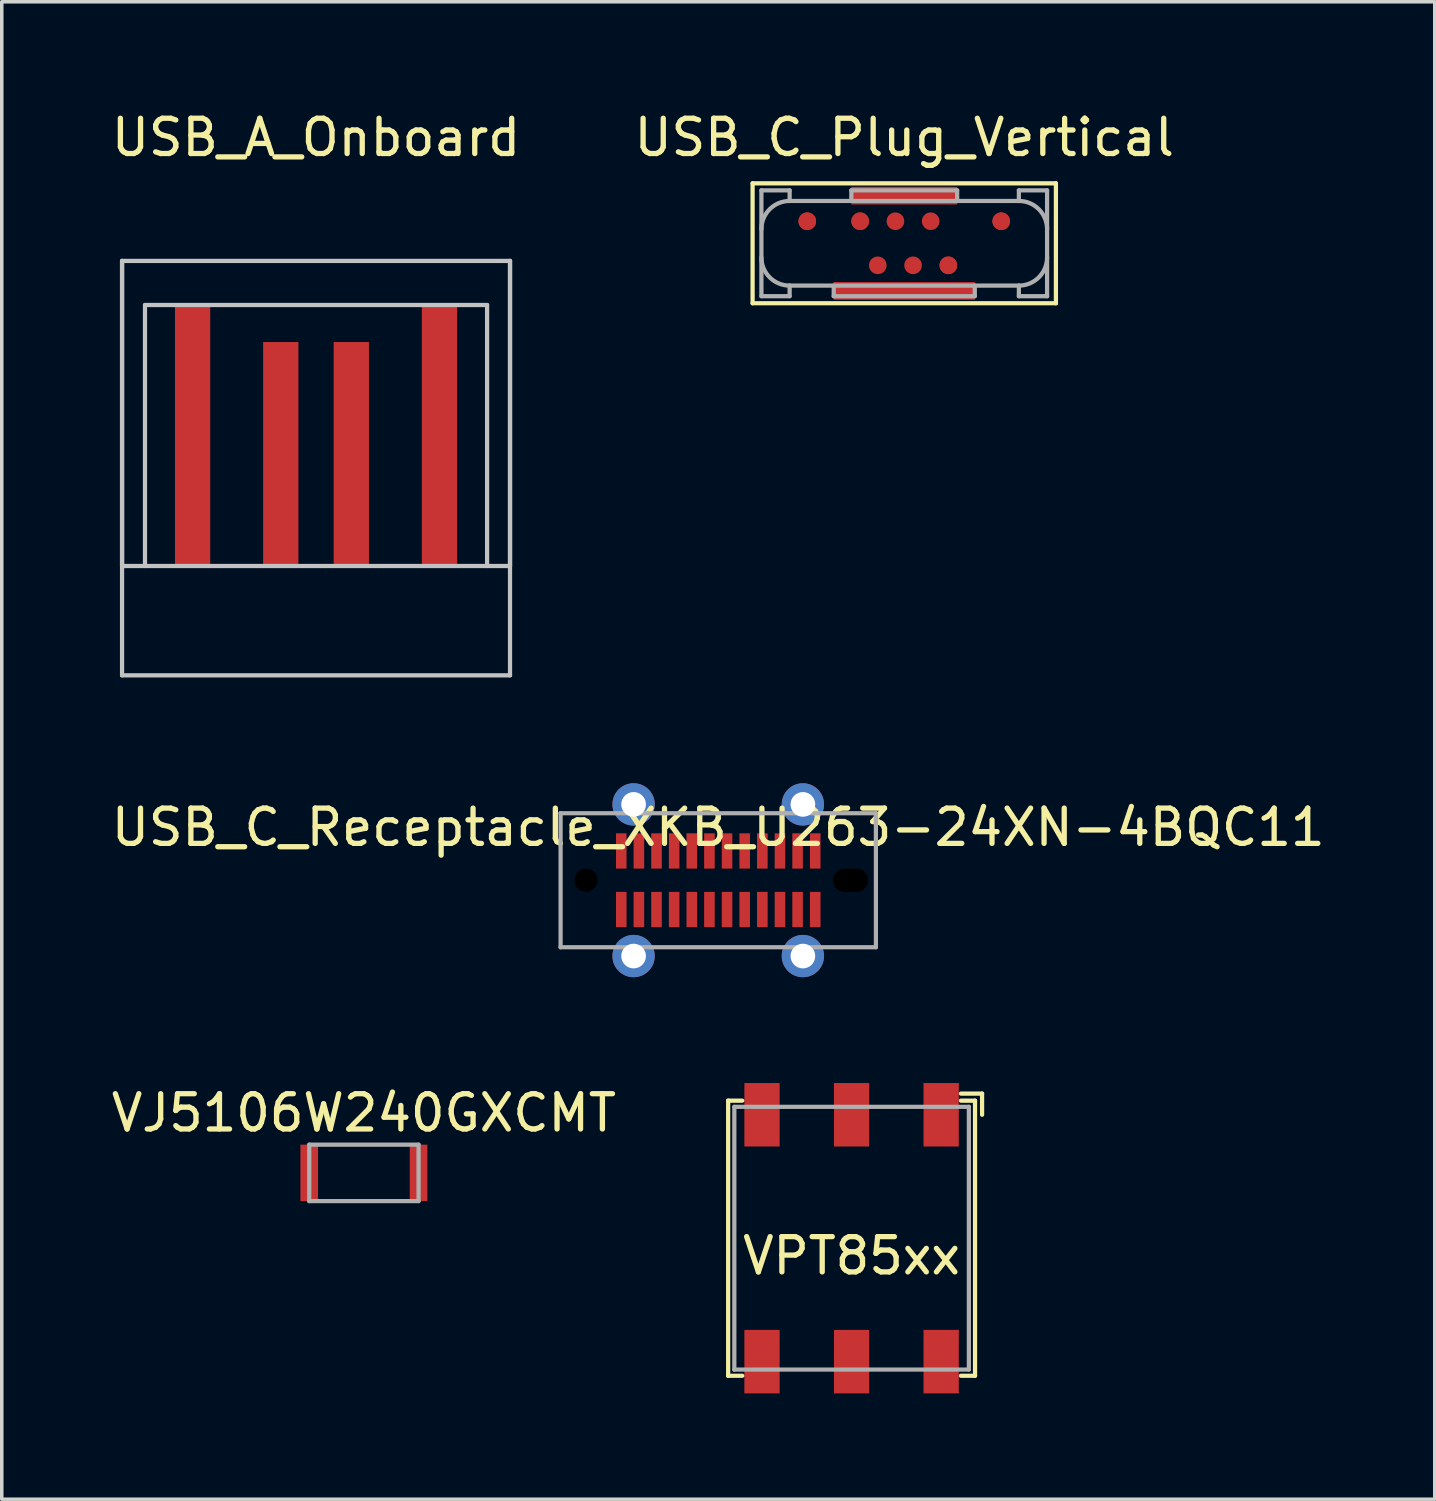
<source format=kicad_pcb>
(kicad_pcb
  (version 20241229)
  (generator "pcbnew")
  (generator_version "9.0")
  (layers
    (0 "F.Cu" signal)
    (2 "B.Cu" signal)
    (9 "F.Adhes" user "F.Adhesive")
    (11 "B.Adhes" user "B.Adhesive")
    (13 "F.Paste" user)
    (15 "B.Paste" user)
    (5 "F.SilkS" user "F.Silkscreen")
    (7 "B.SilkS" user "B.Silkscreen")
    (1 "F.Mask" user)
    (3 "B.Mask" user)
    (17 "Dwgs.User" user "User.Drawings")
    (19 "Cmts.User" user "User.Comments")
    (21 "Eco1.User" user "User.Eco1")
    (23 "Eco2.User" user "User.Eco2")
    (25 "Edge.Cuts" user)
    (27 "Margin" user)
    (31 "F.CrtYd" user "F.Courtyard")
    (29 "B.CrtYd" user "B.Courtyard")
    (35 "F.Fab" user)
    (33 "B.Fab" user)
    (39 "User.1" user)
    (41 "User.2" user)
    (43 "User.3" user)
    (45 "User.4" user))
  (footprint "USB_A_Onboard"
    (layer "F.Cu")
    (at 5.911 4.348)
    (property "Reference" "USB_A_Onboard" (at 0 -3.5 0) (layer "F.SilkS") (effects (font (size 1 1) (thickness 0.15))))
    (attr smd exclude_from_pos_files)
    (fp_line (start -5.5 0) (end -5.5 8.65) (stroke (width 0.12) (type solid)) (layer "Dwgs.User"))
    (fp_line (start -5.5 0) (end -5.5 11.75) (stroke (width 0.12) (type solid)) (layer "Dwgs.User"))
    (fp_line (start -5.5 0) (end 5.5 0) (stroke (width 0.12) (type solid)) (layer "Dwgs.User"))
    (fp_line (start -5.5 8.65) (end 5.5 8.65) (stroke (width 0.12) (type solid)) (layer "Dwgs.User"))
    (fp_line (start -5.5 11.75) (end 5.5 11.75) (stroke (width 0.12) (type solid)) (layer "Dwgs.User"))
    (fp_line (start -4.85 1.25) (end -4.85 8.65) (stroke (width 0.12) (type solid)) (layer "Dwgs.User"))
    (fp_line (start -4.85 1.25) (end 4.85 1.25) (stroke (width 0.12) (type solid)) (layer "Dwgs.User"))
    (fp_line (start 4.85 1.25) (end 4.85 8.65) (stroke (width 0.12) (type solid)) (layer "Dwgs.User"))
    (fp_line (start 5.5 8.65) (end 5.5 0) (stroke (width 0.12) (type solid)) (layer "Dwgs.User"))
    (fp_line (start 5.5 11.75) (end 5.5 0) (stroke (width 0.12) (type solid)) (layer "Dwgs.User"))
    (pad "1" smd rect (at -3.5 5) (size 1 7.4) (layers "F.Cu" "F.Mask"))
    (pad "2" smd rect (at -1 5.5) (size 1 6.4) (layers "F.Cu" "F.Mask"))
    (pad "3" smd rect (at 1 5.5) (size 1 6.4) (layers "F.Cu" "F.Mask"))
    (pad "4" smd rect (at 3.5 5) (size 1 7.4) (layers "F.Cu" "F.Mask")))
  (footprint "USB_C_Receptacle_XKB_U263-24XN-4BQC11"
    (layer "F.Cu")
    (at 17.315 21.908)
    (property "Reference" "USB_C_Receptacle_XKB_U263-24XN-4BQC11" (at 0 -1.5 0) (layer "F.SilkS") (effects (font (size 1 1) (thickness 0.15))))
    (attr through_hole)
    (fp_line (start -4.47 -1.9) (end 4.47 -1.9) (stroke (width 0.12) (type solid)) (layer "F.Fab"))
    (fp_line (start -4.47 1.9) (end -4.47 -1.9) (stroke (width 0.12) (type solid)) (layer "F.Fab"))
    (fp_line (start 4.47 -1.9) (end 4.47 1.9) (stroke (width 0.12) (type solid)) (layer "F.Fab"))
    (fp_line (start 4.47 1.9) (end -4.47 1.9) (stroke (width 0.12) (type solid)) (layer "F.Fab"))
    (pad "" np_thru_hole circle (at -3.75 0) (size 0.66 0.66) (drill 0.66) (layers "*.Mask"))
    (pad "" np_thru_hole oval (at 3.75 0) (size 1 0.66) (drill oval 1 0.66) (layers "*.Mask"))
    (pad "A1" smd rect (at -2.75 -0.83) (size 0.3 1) (layers "F.Cu" "F.Mask" "F.Paste"))
    (pad "A2" smd rect (at -2.25 -0.83) (size 0.3 1) (layers "F.Cu" "F.Mask" "F.Paste"))
    (pad "A3" smd rect (at -1.75 -0.83) (size 0.3 1) (layers "F.Cu" "F.Mask" "F.Paste"))
    (pad "A4" smd rect (at -1.25 -0.83) (size 0.3 1) (layers "F.Cu" "F.Mask" "F.Paste"))
    (pad "A5" smd rect (at -0.75 -0.83) (size 0.3 1) (layers "F.Cu" "F.Mask" "F.Paste"))
    (pad "A6" smd rect (at -0.25 -0.83) (size 0.3 1) (layers "F.Cu" "F.Mask" "F.Paste"))
    (pad "A7" smd rect (at 0.25 -0.83) (size 0.3 1) (layers "F.Cu" "F.Mask" "F.Paste"))
    (pad "A8" smd rect (at 0.75 -0.83) (size 0.3 1) (layers "F.Cu" "F.Mask" "F.Paste"))
    (pad "A9" smd rect (at 1.25 -0.83) (size 0.3 1) (layers "F.Cu" "F.Mask" "F.Paste"))
    (pad "A10" smd rect (at 1.75 -0.83) (size 0.3 1) (layers "F.Cu" "F.Mask" "F.Paste"))
    (pad "A11" smd rect (at 2.25 -0.83) (size 0.3 1) (layers "F.Cu" "F.Mask" "F.Paste"))
    (pad "A12" smd rect (at 2.75 -0.83) (size 0.3 1) (layers "F.Cu" "F.Mask" "F.Paste"))
    (pad "B1" smd rect (at 2.75 0.83) (size 0.3 1) (layers "F.Cu" "F.Mask" "F.Paste"))
    (pad "B2" smd rect (at 2.25 0.83) (size 0.3 1) (layers "F.Cu" "F.Mask" "F.Paste"))
    (pad "B3" smd rect (at 1.75 0.83) (size 0.3 1) (layers "F.Cu" "F.Mask" "F.Paste"))
    (pad "B4" smd rect (at 1.25 0.83) (size 0.3 1) (layers "F.Cu" "F.Mask" "F.Paste"))
    (pad "B5" smd rect (at 0.75 0.83) (size 0.3 1) (layers "F.Cu" "F.Mask" "F.Paste"))
    (pad "B6" smd rect (at 0.25 0.83) (size 0.3 1) (layers "F.Cu" "F.Mask" "F.Paste"))
    (pad "B7" smd rect (at -0.25 0.83) (size 0.3 1) (layers "F.Cu" "F.Mask" "F.Paste"))
    (pad "B8" smd rect (at -0.75 0.83) (size 0.3 1) (layers "F.Cu" "F.Mask" "F.Paste"))
    (pad "B9" smd rect (at -1.25 0.83) (size 0.3 1) (layers "F.Cu" "F.Mask" "F.Paste"))
    (pad "B10" smd rect (at -1.75 0.83) (size 0.3 1) (layers "F.Cu" "F.Mask" "F.Paste"))
    (pad "B11" smd rect (at -2.25 0.83) (size 0.3 1) (layers "F.Cu" "F.Mask" "F.Paste"))
    (pad "B12" smd rect (at -2.75 0.83) (size 0.3 1) (layers "F.Cu" "F.Mask" "F.Paste"))
    (pad "S1" thru_hole circle (at -2.4 -2.15) (size 1.2 1.2) (drill 0.7) (layers "*.Cu" "*.Mask"))
    (pad "S1" thru_hole circle (at -2.4 2.15) (size 1.2 1.2) (drill 0.7) (layers "*.Cu" "*.Mask"))
    (pad "S1" thru_hole circle (at 2.4 -2.15) (size 1.2 1.2) (drill 0.7) (layers "*.Cu" "*.Mask"))
    (pad "S1" thru_hole circle (at 2.4 2.15) (size 1.2 1.2) (drill 0.7) (layers "*.Cu" "*.Mask")))
  (footprint "VPT85xx"
    (layer "F.Cu")
    (at 21.096 32.058)
    (property "Reference" "VPT85xx" (at 0 0.5 0) (layer "F.SilkS") (effects (font (size 1 1) (thickness 0.15))))
    (attr smd)
    (fp_line (start -3.5 -3.9) (end -3.5 3.9) (stroke (width 0.12) (type solid)) (layer "F.SilkS"))
    (fp_line (start -3.5 3.9) (end -3.1 3.9) (stroke (width 0.12) (type solid)) (layer "F.SilkS"))
    (fp_line (start -3.1 -3.9) (end -3.5 -3.9) (stroke (width 0.12) (type solid)) (layer "F.SilkS"))
    (fp_line (start 3.1 -4.1) (end 3.7 -4.1) (stroke (width 0.12) (type solid)) (layer "F.SilkS"))
    (fp_line (start 3.1 3.9) (end 3.5 3.9) (stroke (width 0.12) (type solid)) (layer "F.SilkS"))
    (fp_line (start 3.5 -3.9) (end 3.1 -3.9) (stroke (width 0.12) (type solid)) (layer "F.SilkS"))
    (fp_line (start 3.5 3.9) (end 3.5 -3.9) (stroke (width 0.12) (type solid)) (layer "F.SilkS"))
    (fp_line (start 3.7 -4.1) (end 3.7 -3.5) (stroke (width 0.12) (type solid)) (layer "F.SilkS"))
    (fp_line (start -3.325 -3.725) (end 3.325 -3.725) (stroke (width 0.12) (type solid)) (layer "F.Fab"))
    (fp_line (start -3.325 3.725) (end -3.325 -3.725) (stroke (width 0.12) (type solid)) (layer "F.Fab"))
    (fp_line (start 3.325 -3.725) (end 3.325 3.725) (stroke (width 0.12) (type solid)) (layer "F.Fab"))
    (fp_line (start 3.325 3.725) (end -3.325 3.725) (stroke (width 0.12) (type solid)) (layer "F.Fab"))
    (pad "1" smd rect (at 2.54 -3.5) (size 1 1.8) (layers "F.Cu" "F.Mask" "F.Paste"))
    (pad "2" smd rect (at 0 -3.5) (size 1 1.8) (layers "F.Cu" "F.Mask" "F.Paste"))
    (pad "3" smd rect (at -2.54 -3.5) (size 1 1.8) (layers "F.Cu" "F.Mask" "F.Paste"))
    (pad "4" smd rect (at -2.54 3.5) (size 1 1.8) (layers "F.Cu" "F.Mask" "F.Paste"))
    (pad "5" smd rect (at 0 3.5) (size 1 1.8) (layers "F.Cu" "F.Mask" "F.Paste"))
    (pad "6" smd rect (at 2.54 3.5) (size 1 1.8) (layers "F.Cu" "F.Mask" "F.Paste")))
  (footprint "VJ5106W240GXCMT"
    (layer "F.Cu")
    (at 7.268 30.206)
    (property "Reference" "VJ5106W240GXCMT" (at 0 -1.7 0) (layer "F.SilkS") (effects (font (size 1 1) (thickness 0.15))))
    (attr smd)
    (fp_line (start -1.55 -0.8) (end 1.55 -0.8) (stroke (width 0.12) (type solid)) (layer "F.Fab"))
    (fp_line (start -1.55 0.8) (end -1.55 -0.8) (stroke (width 0.12) (type solid)) (layer "F.Fab"))
    (fp_line (start 1.55 -0.8) (end 1.55 0.8) (stroke (width 0.12) (type solid)) (layer "F.Fab"))
    (fp_line (start 1.55 0.8) (end -1.55 0.8) (stroke (width 0.12) (type solid)) (layer "F.Fab"))
    (pad "1" smd rect (at -1.55 0) (size 0.5 1.6) (layers "F.Cu" "F.Mask" "F.Paste"))
    (pad "2" smd rect (at 1.55 0) (size 0.5 1.6) (layers "F.Cu" "F.Mask" "F.Paste")))
  (footprint "USB_C_Plug_Vertical"
    (layer "F.Cu")
    (at 22.589 3.848)
    (property "Reference" "USB_C_Plug_Vertical" (at 0 -3 0) (layer "F.SilkS") (effects (font (size 1 1) (thickness 0.15))))
    (attr smd)
    (fp_line (start -4.3 -1.7) (end 4.3 -1.7) (stroke (width 0.12) (type solid)) (layer "F.SilkS"))
    (fp_line (start -4.3 1.7) (end -4.3 -1.7) (stroke (width 0.12) (type solid)) (layer "F.SilkS"))
    (fp_line (start 4.3 -1.7) (end 4.3 1.7) (stroke (width 0.12) (type solid)) (layer "F.SilkS"))
    (fp_line (start 4.3 1.7) (end -4.3 1.7) (stroke (width 0.12) (type solid)) (layer "F.SilkS"))
    (fp_line (start -4.05 -1.5) (end -3.25 -1.5) (stroke (width 0.12) (type solid)) (layer "F.Fab"))
    (fp_line (start -4.05 1.5) (end -4.05 -1.5) (stroke (width 0.12) (type solid)) (layer "F.Fab"))
    (fp_line (start -3.25 -1.5) (end -3.25 -1.2) (stroke (width 0.12) (type solid)) (layer "F.Fab"))
    (fp_line (start -3.25 -1.2) (end 3.25 -1.2) (stroke (width 0.12) (type solid)) (layer "F.Fab"))
    (fp_line (start -3.25 1.2) (end -3.25 1.5) (stroke (width 0.12) (type solid)) (layer "F.Fab"))
    (fp_line (start -3.25 1.2) (end 3.25 1.2) (stroke (width 0.12) (type solid)) (layer "F.Fab"))
    (fp_line (start -3.25 1.5) (end -4.05 1.5) (stroke (width 0.12) (type solid)) (layer "F.Fab"))
    (fp_line (start -2 1.2) (end -2 1.5) (stroke (width 0.12) (type solid)) (layer "F.Fab"))
    (fp_line (start -2 1.5) (end 2 1.5) (stroke (width 0.12) (type solid)) (layer "F.Fab"))
    (fp_line (start -1.5 -1.5) (end -1.5 -1.2) (stroke (width 0.12) (type solid)) (layer "F.Fab"))
    (fp_line (start -1.5 -1.5) (end 1.5 -1.5) (stroke (width 0.12) (type solid)) (layer "F.Fab"))
    (fp_line (start 1.5 -1.5) (end 1.5 -1.2) (stroke (width 0.12) (type solid)) (layer "F.Fab"))
    (fp_line (start 2 1.2) (end 2 1.5) (stroke (width 0.12) (type solid)) (layer "F.Fab"))
    (fp_line (start 3.25 -1.5) (end 3.25 -1.2) (stroke (width 0.12) (type solid)) (layer "F.Fab"))
    (fp_line (start 3.25 -1.5) (end 4.05 -1.5) (stroke (width 0.12) (type solid)) (layer "F.Fab"))
    (fp_line (start 3.25 1.2) (end 3.25 1.5) (stroke (width 0.12) (type solid)) (layer "F.Fab"))
    (fp_line (start 4.05 -1.5) (end 4.05 1.5) (stroke (width 0.12) (type solid)) (layer "F.Fab"))
    (fp_line (start 4.05 1.5) (end 3.25 1.5) (stroke (width 0.12) (type solid)) (layer "F.Fab"))
    (fp_arc (start -4.05 -0.4) (mid -3.815685 -0.965685) (end -3.25 -1.2) (stroke (width 0.12) (type solid)) (layer "F.Fab"))
    (fp_arc (start -3.25 1.2) (mid -3.815685 0.965685) (end -4.05 0.4) (stroke (width 0.12) (type solid)) (layer "F.Fab"))
    (fp_arc (start 3.25 -1.2) (mid 3.815685 -0.965685) (end 4.05 -0.4) (stroke (width 0.12) (type solid)) (layer "F.Fab"))
    (fp_arc (start 4.05 0.4) (mid 3.815685 0.965685) (end 3.25 1.2) (stroke (width 0.12) (type solid)) (layer "F.Fab"))
    (pad "A1" smd circle (at 2.75 -0.625) (size 0.5 0.5) (layers "F.Cu" "F.Mask" "F.Paste"))
    (pad "A4" smd circle (at 1.25 0.625) (size 0.5 0.5) (layers "F.Cu" "F.Mask" "F.Paste"))
    (pad "A5" smd circle (at 0.75 -0.625) (size 0.5 0.5) (layers "F.Cu" "F.Mask" "F.Paste"))
    (pad "A6" smd circle (at 0.25 0.625) (size 0.5 0.5) (layers "F.Cu" "F.Mask" "F.Paste"))
    (pad "A7" smd circle (at -0.25 -0.625) (size 0.5 0.5) (layers "F.Cu" "F.Mask" "F.Paste"))
    (pad "A9" smd circle (at -1.25 -0.625) (size 0.5 0.5) (layers "F.Cu" "F.Mask" "F.Paste"))
    (pad "A12" smd circle (at -2.75 -0.625) (size 0.5 0.5) (layers "F.Cu" "F.Mask" "F.Paste"))
    (pad "B1" smd circle (at -2.75 -0.625) (size 0.5 0.5) (layers "F.Cu" "F.Mask" "F.Paste"))
    (pad "B4" smd circle (at -1.25 -0.625) (size 0.5 0.5) (layers "F.Cu" "F.Mask" "F.Paste"))
    (pad "B5" smd circle (at -0.75 0.625) (size 0.5 0.5) (layers "F.Cu" "F.Mask" "F.Paste"))
    (pad "B9" smd circle (at 1.25 0.625) (size 0.5 0.5) (layers "F.Cu" "F.Mask" "F.Paste"))
    (pad "B12" smd circle (at 2.75 -0.625) (size 0.5 0.5) (layers "F.Cu" "F.Mask" "F.Paste"))
    (pad "S1" smd rect (at 0 -1.35) (size 3 0.5) (layers "F.Cu" "F.Mask" "F.Paste"))
    (pad "S1" smd rect (at 0 1.35) (size 4 0.5) (layers "F.Cu" "F.Mask" "F.Paste")))
  (gr_rect
    (start -3 -3)
    (end 37.631 39.458)
    (stroke (width 0.1) (type default))
    (fill no)
    (layer "Edge.Cuts")))
</source>
